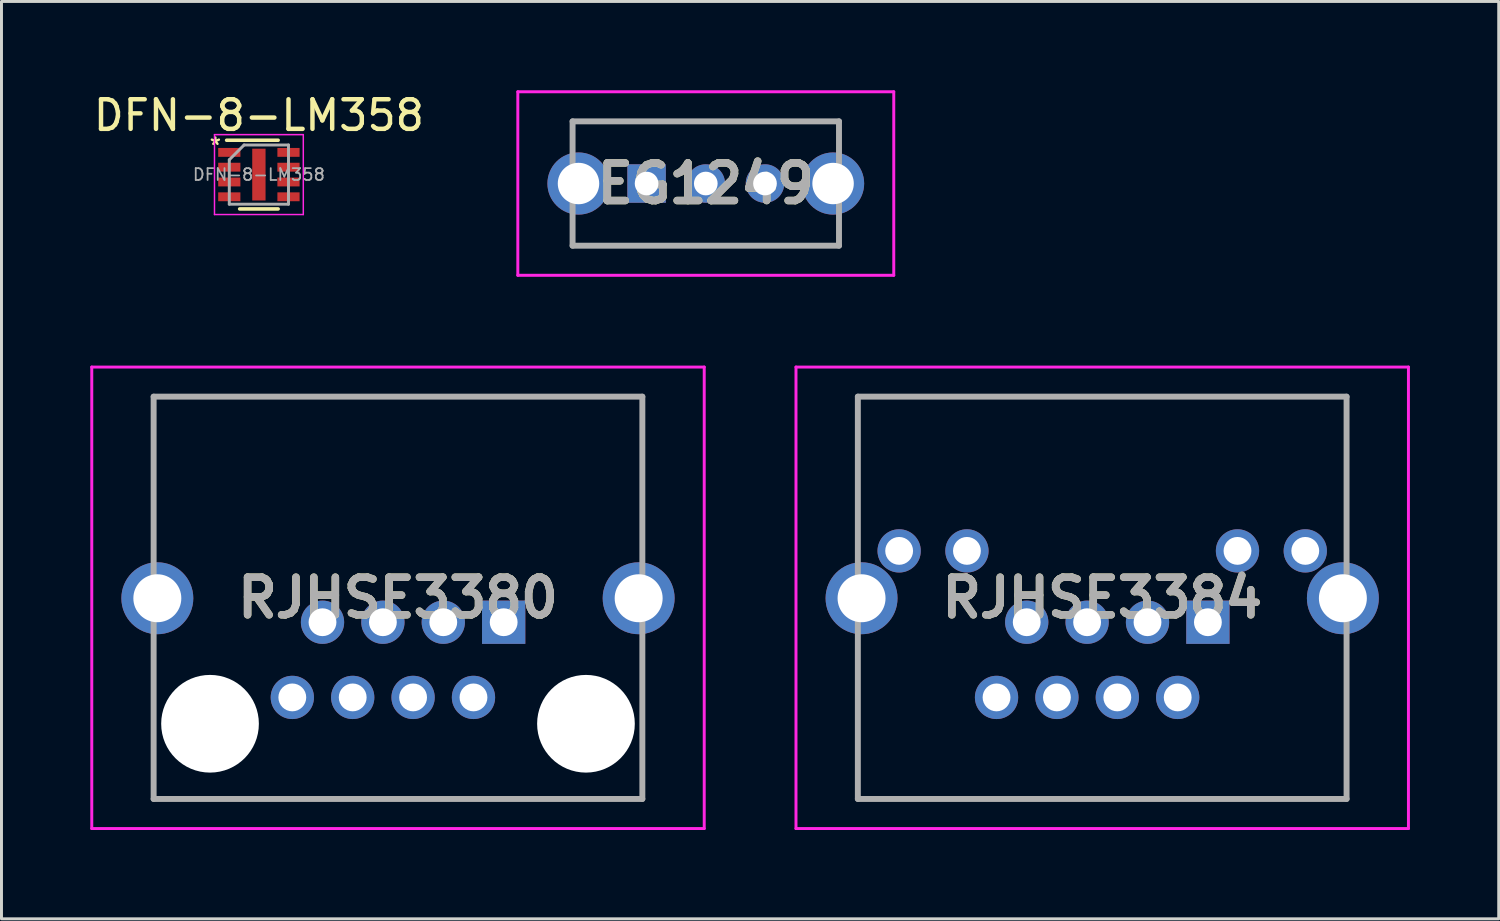
<source format=kicad_pcb>
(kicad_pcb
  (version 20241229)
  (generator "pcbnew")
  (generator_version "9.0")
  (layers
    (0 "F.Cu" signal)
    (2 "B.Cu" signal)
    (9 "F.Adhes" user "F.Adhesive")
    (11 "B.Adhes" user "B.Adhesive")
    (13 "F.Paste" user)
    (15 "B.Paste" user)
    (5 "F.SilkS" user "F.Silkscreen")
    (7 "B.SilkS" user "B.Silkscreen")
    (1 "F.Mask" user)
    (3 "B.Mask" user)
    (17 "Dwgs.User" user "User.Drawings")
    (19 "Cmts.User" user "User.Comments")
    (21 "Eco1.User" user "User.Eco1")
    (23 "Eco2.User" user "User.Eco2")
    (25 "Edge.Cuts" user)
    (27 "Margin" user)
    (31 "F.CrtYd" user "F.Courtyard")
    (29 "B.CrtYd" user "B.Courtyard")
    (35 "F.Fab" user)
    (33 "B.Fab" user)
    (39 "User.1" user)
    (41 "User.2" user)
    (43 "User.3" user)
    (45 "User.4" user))
  (footprint "EG1249"
    (layer "F.Cu")
    (at 18.793 3.15)
    (property "Reference" "EG1249" (at 2 0 0) (layer "F.SilkS") (effects (font (size 1.27 1.27) (thickness 0.254))))
    (attr through_hole)
    (fp_line (start -2.5 -2.1) (end 6.5 -2.1) (stroke (width 0.1) (type solid)) (layer "F.SilkS"))
    (fp_line (start -2.5 -1.5) (end -2.5 -2.1) (stroke (width 0.1) (type solid)) (layer "F.SilkS"))
    (fp_line (start -2.5 1.5) (end -2.5 2.1) (stroke (width 0.1) (type solid)) (layer "F.SilkS"))
    (fp_line (start -2.5 2.1) (end 6.5 2.1) (stroke (width 0.1) (type solid)) (layer "F.SilkS"))
    (fp_line (start 6.5 -2.1) (end 6.5 -1.5) (stroke (width 0.1) (type solid)) (layer "F.SilkS"))
    (fp_line (start 6.5 2.1) (end 6.5 1.5) (stroke (width 0.1) (type solid)) (layer "F.SilkS"))
    (fp_line (start -4.35 -3.1) (end 8.35 -3.1) (stroke (width 0.1) (type solid)) (layer "F.CrtYd"))
    (fp_line (start -4.35 3.1) (end -4.35 -3.1) (stroke (width 0.1) (type solid)) (layer "F.CrtYd"))
    (fp_line (start 8.35 -3.1) (end 8.35 3.1) (stroke (width 0.1) (type solid)) (layer "F.CrtYd"))
    (fp_line (start 8.35 3.1) (end -4.35 3.1) (stroke (width 0.1) (type solid)) (layer "F.CrtYd"))
    (fp_line (start -2.5 -2.1) (end 6.5 -2.1) (stroke (width 0.2) (type solid)) (layer "F.Fab"))
    (fp_line (start -2.5 2.1) (end -2.5 -2.1) (stroke (width 0.2) (type solid)) (layer "F.Fab"))
    (fp_line (start 6.5 -2.1) (end 6.5 2.1) (stroke (width 0.2) (type solid)) (layer "F.Fab"))
    (fp_line (start 6.5 2.1) (end -2.5 2.1) (stroke (width 0.2) (type solid)) (layer "F.Fab"))
    (fp_text user "${REFERENCE}" (at 2 0 0) (layer "F.Fab") (effects (font (size 1.27 1.27) (thickness 0.254))))
    (pad "1" thru_hole rect (at 0 0) (size 1.3 1.3) (drill 0.8) (layers "*.Cu" "*.Mask"))
    (pad "2" thru_hole circle (at 2 0) (size 1.3 1.3) (drill 0.8) (layers "*.Cu" "*.Mask"))
    (pad "3" thru_hole circle (at 4 0) (size 1.3 1.3) (drill 0.8) (layers "*.Cu" "*.Mask"))
    (pad "4" thru_hole circle (at -2.3 0) (size 2.1 2.1) (drill 1.4) (layers "*.Cu" "*.Mask"))
    (pad "5" thru_hole circle (at 6.3 0) (size 2.1 2.1) (drill 1.4) (layers "*.Cu" "*.Mask")))
  (footprint "RJHSE3380"
    (layer "F.Cu")
    (at 10.395 23.94)
    (property "Reference" "RJHSE3380" (at 0 -6.795 0) (layer "F.SilkS") (effects (font (size 1.27 1.27) (thickness 0.254))))
    (attr through_hole)
    (fp_line (start -8.255 -13.59) (end 8.255 -13.59) (stroke (width 0.1) (type solid)) (layer "F.SilkS"))
    (fp_line (start -8.255 -9.54) (end -8.255 -13.59) (stroke (width 0.1) (type solid)) (layer "F.SilkS"))
    (fp_line (start -8.255 -5.04) (end -8.255 0) (stroke (width 0.1) (type solid)) (layer "F.SilkS"))
    (fp_line (start -8.255 0) (end 8.255 0) (stroke (width 0.1) (type solid)) (layer "F.SilkS"))
    (fp_line (start 8.255 -13.59) (end 8.255 -9.54) (stroke (width 0.1) (type solid)) (layer "F.SilkS"))
    (fp_line (start 8.255 0) (end 8.255 -5.04) (stroke (width 0.1) (type solid)) (layer "F.SilkS"))
    (fp_line (start -10.345 -14.59) (end 10.345 -14.59) (stroke (width 0.1) (type solid)) (layer "F.CrtYd"))
    (fp_line (start -10.345 1) (end -10.345 -14.59) (stroke (width 0.1) (type solid)) (layer "F.CrtYd"))
    (fp_line (start 10.345 -14.59) (end 10.345 1) (stroke (width 0.1) (type solid)) (layer "F.CrtYd"))
    (fp_line (start 10.345 1) (end -10.345 1) (stroke (width 0.1) (type solid)) (layer "F.CrtYd"))
    (fp_line (start -8.255 -13.59) (end 8.255 -13.59) (stroke (width 0.2) (type solid)) (layer "F.Fab"))
    (fp_line (start -8.255 0) (end -8.255 -13.59) (stroke (width 0.2) (type solid)) (layer "F.Fab"))
    (fp_line (start 8.255 -13.59) (end 8.255 0) (stroke (width 0.2) (type solid)) (layer "F.Fab"))
    (fp_line (start 8.255 0) (end -8.255 0) (stroke (width 0.2) (type solid)) (layer "F.Fab"))
    (fp_text user "${REFERENCE}" (at 0 -6.795 0) (layer "F.Fab") (effects (font (size 1.27 1.27) (thickness 0.254))))
    (pad "" np_thru_hole circle (at -6.35 -2.54) (size 3.3 3.3) (drill 3.3) (layers "*.Cu" "*.Mask"))
    (pad "" np_thru_hole circle (at 6.35 -2.54) (size 3.3 3.3) (drill 3.3) (layers "*.Cu" "*.Mask"))
    (pad "1" thru_hole rect (at 3.57 -5.97) (size 1.462 1.462) (drill 0.94) (layers "*.Cu" "*.Mask"))
    (pad "2" thru_hole circle (at 2.55 -3.43) (size 1.462 1.462) (drill 0.94) (layers "*.Cu" "*.Mask"))
    (pad "3" thru_hole circle (at 1.53 -5.97) (size 1.462 1.462) (drill 0.94) (layers "*.Cu" "*.Mask"))
    (pad "4" thru_hole circle (at 0.51 -3.43) (size 1.462 1.462) (drill 0.94) (layers "*.Cu" "*.Mask"))
    (pad "5" thru_hole circle (at -0.51 -5.97) (size 1.462 1.462) (drill 0.94) (layers "*.Cu" "*.Mask"))
    (pad "6" thru_hole circle (at -1.53 -3.43) (size 1.462 1.462) (drill 0.94) (layers "*.Cu" "*.Mask"))
    (pad "7" thru_hole circle (at -2.55 -5.97) (size 1.462 1.462) (drill 0.94) (layers "*.Cu" "*.Mask"))
    (pad "8" thru_hole circle (at -3.57 -3.43) (size 1.462 1.462) (drill 0.94) (layers "*.Cu" "*.Mask"))
    (pad "MH1" thru_hole circle (at -8.13 -6.78) (size 2.43 2.43) (drill 1.62) (layers "*.Cu" "*.Mask"))
    (pad "MH2" thru_hole circle (at 8.13 -6.78) (size 2.43 2.43) (drill 1.62) (layers "*.Cu" "*.Mask")))
  (footprint "DFN-8-LM358"
    (layer "F.Cu")
    (at 5.696 2.848)
    (property "Reference" "DFN-8-LM358" (at 0 -2 0) (layer "F.SilkS") (effects (font (size 1 1) (thickness 0.15))))
    (attr smd)
    (fp_line (start -1.09 -1.16) (end 0.65 -1.16) (stroke (width 0.12) (type solid)) (layer "F.SilkS"))
    (fp_line (start -0.65 1.16) (end 0.65 1.16) (stroke (width 0.12) (type solid)) (layer "F.SilkS"))
    (fp_line (start -1.5 -1.35) (end -1.5 1.35) (stroke (width 0.05) (type solid)) (layer "F.CrtYd"))
    (fp_line (start -1.5 -1.35) (end 1.5 -1.35) (stroke (width 0.05) (type solid)) (layer "F.CrtYd"))
    (fp_line (start -1.5 1.35) (end 1.5 1.35) (stroke (width 0.05) (type solid)) (layer "F.CrtYd"))
    (fp_line (start 1.5 -1.35) (end 1.5 1.35) (stroke (width 0.05) (type solid)) (layer "F.CrtYd"))
    (fp_line (start -1 -0.5) (end -0.5 -1) (stroke (width 0.1) (type solid)) (layer "F.Fab"))
    (fp_line (start -1 1) (end -1 -0.5) (stroke (width 0.1) (type solid)) (layer "F.Fab"))
    (fp_line (start -0.5 -1) (end 1 -1) (stroke (width 0.1) (type solid)) (layer "F.Fab"))
    (fp_line (start 1 -1) (end 1 1) (stroke (width 0.1) (type solid)) (layer "F.Fab"))
    (fp_line (start 1 1) (end -1 1) (stroke (width 0.1) (type solid)) (layer "F.Fab"))
    (fp_text user "*" (at -1.47 -0.98 0) (layer "F.SilkS") (effects (font (size 0.5 0.5) (thickness 0.08))))
    (fp_text user "${REFERENCE}" (at 0 0 0) (layer "F.Fab") (effects (font (size 0.4 0.4) (thickness 0.06))))
    (pad "1" smd rect (at -1 -0.75) (size 0.75 0.3) (layers "F.Cu" "F.Mask" "F.Paste"))
    (pad "2" smd rect (at -1 -0.25) (size 0.75 0.3) (layers "F.Cu" "F.Mask" "F.Paste"))
    (pad "3" smd rect (at -1 0.25) (size 0.75 0.3) (layers "F.Cu" "F.Mask" "F.Paste"))
    (pad "4" smd rect (at -1 0.75) (size 0.75 0.3) (layers "F.Cu" "F.Mask" "F.Paste"))
    (pad "5" smd rect (at 1 0.75) (size 0.75 0.3) (layers "F.Cu" "F.Mask" "F.Paste"))
    (pad "6" smd rect (at 1 0.25) (size 0.75 0.3) (layers "F.Cu" "F.Mask" "F.Paste"))
    (pad "7" smd rect (at 1 -0.25) (size 0.75 0.3) (layers "F.Cu" "F.Mask" "F.Paste"))
    (pad "8" smd rect (at 1 -0.75) (size 0.75 0.3) (layers "F.Cu" "F.Mask" "F.Paste"))
    (pad "9" smd rect (at 0 0) (size 0.45 1.75) (layers "F.Cu" "F.Mask")))
  (footprint "RJHSE3384"
    (layer "F.Cu")
    (at 34.185 23.94)
    (property "Reference" "RJHSE3384" (at 0 -6.795 0) (layer "F.SilkS") (effects (font (size 1.27 1.27) (thickness 0.254))))
    (attr through_hole)
    (fp_line (start -8.255 -13.59) (end 8.255 -13.59) (stroke (width 0.1) (type solid)) (layer "F.SilkS"))
    (fp_line (start -8.255 -9.54) (end -8.255 -13.59) (stroke (width 0.1) (type solid)) (layer "F.SilkS"))
    (fp_line (start -8.255 -5.04) (end -8.255 0) (stroke (width 0.1) (type solid)) (layer "F.SilkS"))
    (fp_line (start -8.255 0) (end 8.255 0) (stroke (width 0.1) (type solid)) (layer "F.SilkS"))
    (fp_line (start 8.255 -13.59) (end 8.255 -9.54) (stroke (width 0.1) (type solid)) (layer "F.SilkS"))
    (fp_line (start 8.255 0) (end 8.255 -5.04) (stroke (width 0.1) (type solid)) (layer "F.SilkS"))
    (fp_line (start -10.345 -14.59) (end 10.345 -14.59) (stroke (width 0.1) (type solid)) (layer "F.CrtYd"))
    (fp_line (start -10.345 1) (end -10.345 -14.59) (stroke (width 0.1) (type solid)) (layer "F.CrtYd"))
    (fp_line (start 10.345 -14.59) (end 10.345 1) (stroke (width 0.1) (type solid)) (layer "F.CrtYd"))
    (fp_line (start 10.345 1) (end -10.345 1) (stroke (width 0.1) (type solid)) (layer "F.CrtYd"))
    (fp_line (start -8.255 -13.59) (end 8.255 -13.59) (stroke (width 0.2) (type solid)) (layer "F.Fab"))
    (fp_line (start -8.255 0) (end -8.255 -13.59) (stroke (width 0.2) (type solid)) (layer "F.Fab"))
    (fp_line (start 8.255 -13.59) (end 8.255 0) (stroke (width 0.2) (type solid)) (layer "F.Fab"))
    (fp_line (start 8.255 0) (end -8.255 0) (stroke (width 0.2) (type solid)) (layer "F.Fab"))
    (fp_text user "${REFERENCE}" (at 0 -6.795 0) (layer "F.Fab") (effects (font (size 1.27 1.27) (thickness 0.254))))
    (pad "" np_thru_hole circle (at -6.35 -2.54) (size 0.001 0.001) (drill 3.3) (layers "*.Cu" "*.Mask"))
    (pad "" np_thru_hole circle (at 6.35 -2.54) (size 0.001 0.001) (drill 3.3) (layers "*.Cu" "*.Mask"))
    (pad "1" thru_hole rect (at 3.57 -5.97) (size 1.462 1.462) (drill 0.94) (layers "*.Cu" "*.Mask"))
    (pad "2" thru_hole circle (at 2.55 -3.43) (size 1.462 1.462) (drill 0.94) (layers "*.Cu" "*.Mask"))
    (pad "3" thru_hole circle (at 1.53 -5.97) (size 1.462 1.462) (drill 0.94) (layers "*.Cu" "*.Mask"))
    (pad "4" thru_hole circle (at 0.51 -3.43) (size 1.462 1.462) (drill 0.94) (layers "*.Cu" "*.Mask"))
    (pad "5" thru_hole circle (at -0.51 -5.97) (size 1.462 1.462) (drill 0.94) (layers "*.Cu" "*.Mask"))
    (pad "6" thru_hole circle (at -1.53 -3.43) (size 1.462 1.462) (drill 0.94) (layers "*.Cu" "*.Mask"))
    (pad "7" thru_hole circle (at -2.55 -5.97) (size 1.462 1.462) (drill 0.94) (layers "*.Cu" "*.Mask"))
    (pad "8" thru_hole circle (at -3.57 -3.43) (size 1.462 1.462) (drill 0.94) (layers "*.Cu" "*.Mask"))
    (pad "9" thru_hole circle (at 6.86 -8.38) (size 1.462 1.462) (drill 0.94) (layers "*.Cu" "*.Mask"))
    (pad "10" thru_hole circle (at 4.57 -8.38) (size 1.462 1.462) (drill 0.94) (layers "*.Cu" "*.Mask"))
    (pad "11" thru_hole circle (at -4.57 -8.38) (size 1.462 1.462) (drill 0.94) (layers "*.Cu" "*.Mask"))
    (pad "12" thru_hole circle (at -6.86 -8.38) (size 1.462 1.462) (drill 0.94) (layers "*.Cu" "*.Mask"))
    (pad "MH1" thru_hole circle (at -8.13 -6.78) (size 2.43 2.43) (drill 1.62) (layers "*.Cu" "*.Mask"))
    (pad "MH2" thru_hole circle (at 8.13 -6.78) (size 2.43 2.43) (drill 1.62) (layers "*.Cu" "*.Mask")))
  (gr_rect
    (start -3 -3)
    (end 47.58 27.99)
    (stroke (width 0.1) (type default))
    (fill no)
    (layer "Edge.Cuts")))
</source>
